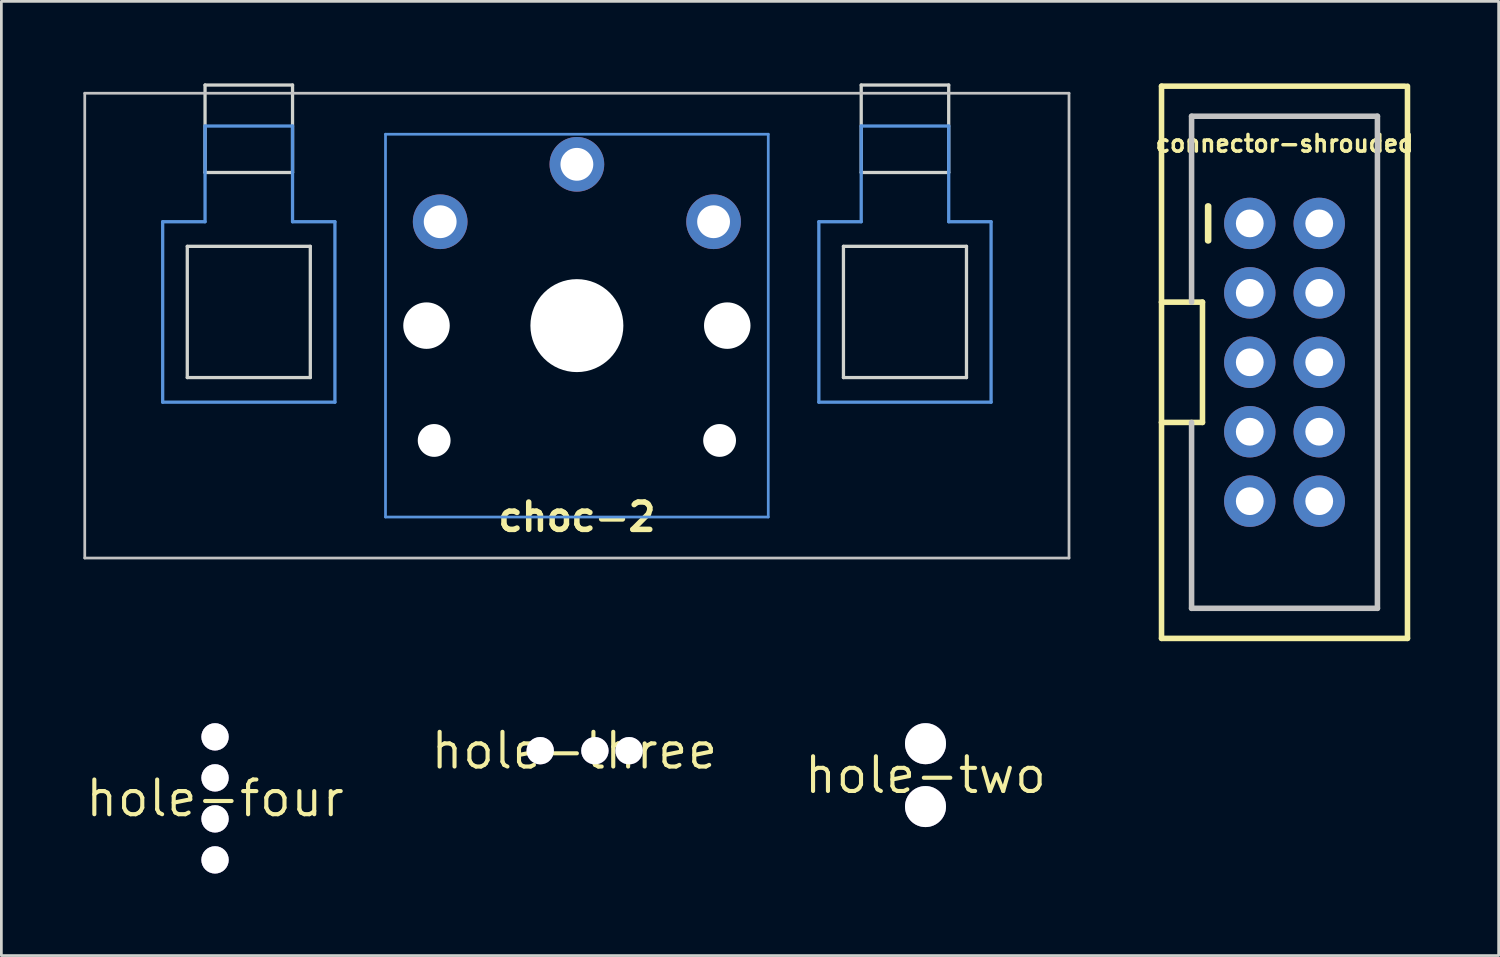
<source format=kicad_pcb>
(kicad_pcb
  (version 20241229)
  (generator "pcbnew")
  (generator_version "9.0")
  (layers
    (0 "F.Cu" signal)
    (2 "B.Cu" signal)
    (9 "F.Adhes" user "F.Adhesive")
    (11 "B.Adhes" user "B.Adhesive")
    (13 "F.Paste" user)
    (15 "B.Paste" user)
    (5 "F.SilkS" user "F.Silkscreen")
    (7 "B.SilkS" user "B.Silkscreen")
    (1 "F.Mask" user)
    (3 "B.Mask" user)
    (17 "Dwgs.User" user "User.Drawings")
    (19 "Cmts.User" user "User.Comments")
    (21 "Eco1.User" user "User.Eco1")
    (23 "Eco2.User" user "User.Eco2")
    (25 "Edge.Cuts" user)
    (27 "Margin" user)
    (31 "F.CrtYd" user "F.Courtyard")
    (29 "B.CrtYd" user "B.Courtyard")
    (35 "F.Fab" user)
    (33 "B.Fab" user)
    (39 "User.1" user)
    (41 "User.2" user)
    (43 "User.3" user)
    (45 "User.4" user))
  (footprint "hole-four"
    (layer "F.Cu")
    (at 4.815 26.151)
    (property "Reference" "hole-four" (at 0 0 0) (layer "F.SilkS") (effects (font (size 1.27 1.27) (thickness 0.15))))
    (attr through_hole)
    (pad "" thru_hole circle (at 0 -2.25) (size 1 1) (drill 1) (layers "*.Cu" "*.Mask"))
    (pad "" thru_hole circle (at 0 -0.75) (size 1 1) (drill 1) (layers "*.Cu" "*.Mask"))
    (pad "" thru_hole circle (at 0 0.75) (size 1 1) (drill 1) (layers "*.Cu" "*.Mask"))
    (pad "" thru_hole circle (at 0 2.25) (size 1 1) (drill 1) (layers "*.Cu" "*.Mask")))
  (footprint "hole-three"
    (layer "F.Cu")
    (at 17.959 24.407)
    (property "Reference" "hole-three" (at 0 0 0) (layer "F.SilkS") (effects (font (size 1.27 1.27) (thickness 0.15))))
    (attr through_hole)
    (pad "" thru_hole circle (at -1.25 0) (size 1 1) (drill 1) (layers "*.Cu" "*.Mask"))
    (pad "" thru_hole circle (at 0.75 0) (size 1 1) (drill 1) (layers "*.Cu" "*.Mask"))
    (pad "" thru_hole circle (at 2 0) (size 1 1) (drill 1) (layers "*.Cu" "*.Mask")))
  (footprint "connector-shrouded"
    (layer "F.Cu")
    (at 43.932 10.201)
    (property "Reference" "connector-shrouded" (at 0 -8 0) (layer "F.SilkS") (effects (font (size 0.61 0.61) (thickness 0.127))))
    (attr through_hole)
    (fp_line (start -4.498 -10.099) (end 4.399 -10.099) (stroke (width 0.203) (type solid)) (layer "F.SilkS"))
    (fp_line (start -4.498 -2.2) (end -4.498 -10.099) (stroke (width 0.203) (type solid)) (layer "F.SilkS"))
    (fp_line (start -4.498 -2.2) (end -3 -2.2) (stroke (width 0.203) (type solid)) (layer "F.SilkS"))
    (fp_line (start -4.498 2.2) (end -4.498 -2.2) (stroke (width 0.203) (type solid)) (layer "F.SilkS"))
    (fp_line (start -4.498 10.099) (end -4.498 2.2) (stroke (width 0.203) (type solid)) (layer "F.SilkS"))
    (fp_line (start -3 -2.2) (end -3 2.2) (stroke (width 0.203) (type solid)) (layer "F.SilkS"))
    (fp_line (start -3 2.2) (end -4.498 2.2) (stroke (width 0.203) (type solid)) (layer "F.SilkS"))
    (fp_line (start -2.812 -5.715) (end -2.812 -4.445) (stroke (width 0.203) (type solid)) (layer "F.SilkS"))
    (fp_line (start -2.774 -5.715) (end -2.774 -4.445) (stroke (width 0.203) (type solid)) (layer "F.SilkS"))
    (fp_line (start 4.498 -10.099) (end 4.498 10.099) (stroke (width 0.203) (type solid)) (layer "F.SilkS"))
    (fp_line (start 4.498 10.099) (end -4.498 10.099) (stroke (width 0.203) (type solid)) (layer "F.SilkS"))
    (fp_line (start -3.399 -8.999) (end -3.399 -2.2) (stroke (width 0.203) (type solid)) (layer "Dwgs.User"))
    (fp_line (start -3.399 -8.999) (end 3.399 -8.999) (stroke (width 0.203) (type solid)) (layer "Dwgs.User"))
    (fp_line (start -3.399 8.999) (end -3.399 2.2) (stroke (width 0.203) (type solid)) (layer "Dwgs.User"))
    (fp_line (start -3.399 8.999) (end 3.399 8.999) (stroke (width 0.203) (type solid)) (layer "Dwgs.User"))
    (fp_line (start -1.524 -5.334) (end -1.016 -5.334) (stroke (width 0.066) (type solid)) (layer "Dwgs.User"))
    (fp_line (start -1.524 -4.826) (end -1.524 -5.334) (stroke (width 0.066) (type solid)) (layer "Dwgs.User"))
    (fp_line (start -1.524 -4.826) (end -1.016 -4.826) (stroke (width 0.066) (type solid)) (layer "Dwgs.User"))
    (fp_line (start -1.524 -2.794) (end -1.016 -2.794) (stroke (width 0.066) (type solid)) (layer "Dwgs.User"))
    (fp_line (start -1.524 -2.286) (end -1.524 -2.794) (stroke (width 0.066) (type solid)) (layer "Dwgs.User"))
    (fp_line (start -1.524 -2.286) (end -1.016 -2.286) (stroke (width 0.066) (type solid)) (layer "Dwgs.User"))
    (fp_line (start -1.524 -0.254) (end -1.016 -0.254) (stroke (width 0.066) (type solid)) (layer "Dwgs.User"))
    (fp_line (start -1.524 0.254) (end -1.524 -0.254) (stroke (width 0.066) (type solid)) (layer "Dwgs.User"))
    (fp_line (start -1.524 0.254) (end -1.016 0.254) (stroke (width 0.066) (type solid)) (layer "Dwgs.User"))
    (fp_line (start -1.524 2.286) (end -1.016 2.286) (stroke (width 0.066) (type solid)) (layer "Dwgs.User"))
    (fp_line (start -1.524 2.286) (end -1.016 2.286) (stroke (width 0.066) (type solid)) (layer "Dwgs.User"))
    (fp_line (start -1.524 2.794) (end -1.524 2.286) (stroke (width 0.066) (type solid)) (layer "Dwgs.User"))
    (fp_line (start -1.524 2.794) (end -1.524 2.286) (stroke (width 0.066) (type solid)) (layer "Dwgs.User"))
    (fp_line (start -1.524 2.794) (end -1.016 2.794) (stroke (width 0.066) (type solid)) (layer "Dwgs.User"))
    (fp_line (start -1.524 2.794) (end -1.016 2.794) (stroke (width 0.066) (type solid)) (layer "Dwgs.User"))
    (fp_line (start -1.524 4.826) (end -1.016 4.826) (stroke (width 0.066) (type solid)) (layer "Dwgs.User"))
    (fp_line (start -1.524 5.334) (end -1.524 4.826) (stroke (width 0.066) (type solid)) (layer "Dwgs.User"))
    (fp_line (start -1.524 5.334) (end -1.016 5.334) (stroke (width 0.066) (type solid)) (layer "Dwgs.User"))
    (fp_line (start -1.016 -4.826) (end -1.016 -5.334) (stroke (width 0.066) (type solid)) (layer "Dwgs.User"))
    (fp_line (start -1.016 -2.286) (end -1.016 -2.794) (stroke (width 0.066) (type solid)) (layer "Dwgs.User"))
    (fp_line (start -1.016 0.254) (end -1.016 -0.254) (stroke (width 0.066) (type solid)) (layer "Dwgs.User"))
    (fp_line (start -1.016 2.794) (end -1.016 2.286) (stroke (width 0.066) (type solid)) (layer "Dwgs.User"))
    (fp_line (start -1.016 2.794) (end -1.016 2.286) (stroke (width 0.066) (type solid)) (layer "Dwgs.User"))
    (fp_line (start -1.016 5.334) (end -1.016 4.826) (stroke (width 0.066) (type solid)) (layer "Dwgs.User"))
    (fp_line (start 1.016 -5.334) (end 1.524 -5.334) (stroke (width 0.066) (type solid)) (layer "Dwgs.User"))
    (fp_line (start 1.016 -4.826) (end 1.016 -5.334) (stroke (width 0.066) (type solid)) (layer "Dwgs.User"))
    (fp_line (start 1.016 -4.826) (end 1.524 -4.826) (stroke (width 0.066) (type solid)) (layer "Dwgs.User"))
    (fp_line (start 1.016 -2.794) (end 1.524 -2.794) (stroke (width 0.066) (type solid)) (layer "Dwgs.User"))
    (fp_line (start 1.016 -2.286) (end 1.016 -2.794) (stroke (width 0.066) (type solid)) (layer "Dwgs.User"))
    (fp_line (start 1.016 -2.286) (end 1.524 -2.286) (stroke (width 0.066) (type solid)) (layer "Dwgs.User"))
    (fp_line (start 1.016 -0.254) (end 1.524 -0.254) (stroke (width 0.066) (type solid)) (layer "Dwgs.User"))
    (fp_line (start 1.016 0.254) (end 1.016 -0.254) (stroke (width 0.066) (type solid)) (layer "Dwgs.User"))
    (fp_line (start 1.016 0.254) (end 1.524 0.254) (stroke (width 0.066) (type solid)) (layer "Dwgs.User"))
    (fp_line (start 1.016 2.286) (end 1.524 2.286) (stroke (width 0.066) (type solid)) (layer "Dwgs.User"))
    (fp_line (start 1.016 2.286) (end 1.524 2.286) (stroke (width 0.066) (type solid)) (layer "Dwgs.User"))
    (fp_line (start 1.016 2.794) (end 1.016 2.286) (stroke (width 0.066) (type solid)) (layer "Dwgs.User"))
    (fp_line (start 1.016 2.794) (end 1.016 2.286) (stroke (width 0.066) (type solid)) (layer "Dwgs.User"))
    (fp_line (start 1.016 2.794) (end 1.524 2.794) (stroke (width 0.066) (type solid)) (layer "Dwgs.User"))
    (fp_line (start 1.016 2.794) (end 1.524 2.794) (stroke (width 0.066) (type solid)) (layer "Dwgs.User"))
    (fp_line (start 1.016 4.826) (end 1.524 4.826) (stroke (width 0.066) (type solid)) (layer "Dwgs.User"))
    (fp_line (start 1.016 5.334) (end 1.016 4.826) (stroke (width 0.066) (type solid)) (layer "Dwgs.User"))
    (fp_line (start 1.016 5.334) (end 1.524 5.334) (stroke (width 0.066) (type solid)) (layer "Dwgs.User"))
    (fp_line (start 1.524 -4.826) (end 1.524 -5.334) (stroke (width 0.066) (type solid)) (layer "Dwgs.User"))
    (fp_line (start 1.524 -2.286) (end 1.524 -2.794) (stroke (width 0.066) (type solid)) (layer "Dwgs.User"))
    (fp_line (start 1.524 0.254) (end 1.524 -0.254) (stroke (width 0.066) (type solid)) (layer "Dwgs.User"))
    (fp_line (start 1.524 2.794) (end 1.524 2.286) (stroke (width 0.066) (type solid)) (layer "Dwgs.User"))
    (fp_line (start 1.524 2.794) (end 1.524 2.286) (stroke (width 0.066) (type solid)) (layer "Dwgs.User"))
    (fp_line (start 1.524 5.334) (end 1.524 4.826) (stroke (width 0.066) (type solid)) (layer "Dwgs.User"))
    (fp_line (start 3.399 -8.999) (end 3.399 8.999) (stroke (width 0.203) (type solid)) (layer "Dwgs.User"))
    (pad "1" thru_hole circle (at -1.27 -5.08) (size 1.88 1.88) (drill 1.016) (layers "*.Cu" "*.Mask"))
    (pad "2" thru_hole circle (at 1.27 -5.08) (size 1.88 1.88) (drill 1.016) (layers "*.Cu" "*.Mask"))
    (pad "3" thru_hole circle (at -1.27 -2.54) (size 1.88 1.88) (drill 1.016) (layers "*.Cu" "*.Mask"))
    (pad "4" thru_hole circle (at 1.27 -2.54) (size 1.88 1.88) (drill 1.016) (layers "*.Cu" "*.Mask"))
    (pad "5" thru_hole circle (at -1.27 0) (size 1.88 1.88) (drill 1.016) (layers "*.Cu" "*.Mask"))
    (pad "6" thru_hole circle (at 1.27 0) (size 1.88 1.88) (drill 1.016) (layers "*.Cu" "*.Mask"))
    (pad "7" thru_hole circle (at -1.27 2.54) (size 1.88 1.88) (drill 1.016) (layers "*.Cu" "*.Mask"))
    (pad "8" thru_hole circle (at 1.27 2.54) (size 1.88 1.88) (drill 1.016) (layers "*.Cu" "*.Mask"))
    (pad "9" thru_hole circle (at -1.27 5.08) (size 1.88 1.88) (drill 1.016) (layers "*.Cu" "*.Mask"))
    (pad "10" thru_hole circle (at 1.27 5.08) (size 1.88 1.88) (drill 1.016) (layers "*.Cu" "*.Mask")))
  (footprint "hole-two"
    (layer "F.Cu")
    (at 30.801 25.301)
    (property "Reference" "hole-two" (at 0 0 0) (layer "F.SilkS") (effects (font (size 1.27 1.27) (thickness 0.15))))
    (attr through_hole)
    (pad "" thru_hole circle (at 0 -1.15) (size 1.5 1.5) (drill 1.5) (layers "*.Cu" "*.Mask"))
    (pad "" thru_hole circle (at 0 1.15) (size 1.5 1.5) (drill 1.5) (layers "*.Cu" "*.Mask")))
  (footprint "choc-2"
    (layer "F.Cu")
    (at 18.05 8.86)
    (property "Reference" "choc-2" (at 0 7 180) (layer "F.SilkS") (effects (font (size 1 1) (thickness 0.2))))
    (attr through_hole)
    (fp_line (start -18 -8.5) (end 18 -8.5) (stroke (width 0.1) (type solid)) (layer "Dwgs.User"))
    (fp_line (start -18 8.5) (end -18 -8.5) (stroke (width 0.1) (type solid)) (layer "Dwgs.User"))
    (fp_line (start 18 -8.5) (end 18 8.5) (stroke (width 0.1) (type solid)) (layer "Dwgs.User"))
    (fp_line (start 18 8.5) (end -18 8.5) (stroke (width 0.1) (type solid)) (layer "Dwgs.User"))
    (fp_line (start -15.15 -3.8) (end -13.6 -3.8) (stroke (width 0.12) (type solid)) (layer "Cmts.User"))
    (fp_line (start -15.15 2.8) (end -15.15 -3.8) (stroke (width 0.12) (type solid)) (layer "Cmts.User"))
    (fp_line (start -15.15 2.8) (end -8.85 2.8) (stroke (width 0.12) (type solid)) (layer "Cmts.User"))
    (fp_line (start -13.6 -7.3) (end -13.6 -3.8) (stroke (width 0.12) (type solid)) (layer "Cmts.User"))
    (fp_line (start -13.6 -7.3) (end -10.4 -7.3) (stroke (width 0.12) (type solid)) (layer "Cmts.User"))
    (fp_line (start -10.4 -7.3) (end -10.4 -3.8) (stroke (width 0.12) (type solid)) (layer "Cmts.User"))
    (fp_line (start -10.4 -3.8) (end -8.85 -3.8) (stroke (width 0.12) (type solid)) (layer "Cmts.User"))
    (fp_line (start -8.85 2.8) (end -8.85 -3.8) (stroke (width 0.12) (type solid)) (layer "Cmts.User"))
    (fp_line (start -7 -7) (end 7 -7) (stroke (width 0.1) (type solid)) (layer "Cmts.User"))
    (fp_line (start -7 7) (end -7 -7) (stroke (width 0.1) (type solid)) (layer "Cmts.User"))
    (fp_line (start 7 -7) (end 7 7) (stroke (width 0.1) (type solid)) (layer "Cmts.User"))
    (fp_line (start 7 7) (end -7 7) (stroke (width 0.1) (type solid)) (layer "Cmts.User"))
    (fp_line (start 8.85 -3.8) (end 10.4 -3.8) (stroke (width 0.12) (type solid)) (layer "Cmts.User"))
    (fp_line (start 8.85 2.8) (end 8.85 -3.8) (stroke (width 0.12) (type solid)) (layer "Cmts.User"))
    (fp_line (start 8.85 2.8) (end 15.15 2.8) (stroke (width 0.12) (type solid)) (layer "Cmts.User"))
    (fp_line (start 10.4 -7.3) (end 10.4 -3.8) (stroke (width 0.12) (type solid)) (layer "Cmts.User"))
    (fp_line (start 10.4 -7.3) (end 13.6 -7.3) (stroke (width 0.12) (type solid)) (layer "Cmts.User"))
    (fp_line (start 13.6 -7.3) (end 13.6 -3.8) (stroke (width 0.12) (type solid)) (layer "Cmts.User"))
    (fp_line (start 13.6 -3.8) (end 15.15 -3.8) (stroke (width 0.12) (type solid)) (layer "Cmts.User"))
    (fp_line (start 15.15 2.8) (end 15.15 -3.8) (stroke (width 0.12) (type solid)) (layer "Cmts.User"))
    (fp_line (start -14.25 -2.9) (end -14.25 1.9) (stroke (width 0.12) (type solid)) (layer "Edge.Cuts"))
    (fp_line (start -14.25 -2.9) (end -9.75 -2.9) (stroke (width 0.12) (type solid)) (layer "Edge.Cuts"))
    (fp_line (start -14.25 1.9) (end -9.75 1.9) (stroke (width 0.12) (type solid)) (layer "Edge.Cuts"))
    (fp_line (start -13.6 -8.8) (end -13.6 -5.6) (stroke (width 0.12) (type solid)) (layer "Edge.Cuts"))
    (fp_line (start -13.6 -8.8) (end -10.4 -8.8) (stroke (width 0.12) (type solid)) (layer "Edge.Cuts"))
    (fp_line (start -13.6 -5.6) (end -10.4 -5.6) (stroke (width 0.12) (type solid)) (layer "Edge.Cuts"))
    (fp_line (start -10.4 -5.6) (end -10.4 -8.8) (stroke (width 0.12) (type solid)) (layer "Edge.Cuts"))
    (fp_line (start -9.75 1.9) (end -9.75 -2.9) (stroke (width 0.12) (type solid)) (layer "Edge.Cuts"))
    (fp_line (start 9.75 -2.9) (end 9.75 1.9) (stroke (width 0.12) (type solid)) (layer "Edge.Cuts"))
    (fp_line (start 9.75 -2.9) (end 14.25 -2.9) (stroke (width 0.12) (type solid)) (layer "Edge.Cuts"))
    (fp_line (start 9.75 1.9) (end 14.25 1.9) (stroke (width 0.12) (type solid)) (layer "Edge.Cuts"))
    (fp_line (start 10.4 -8.8) (end 10.4 -5.6) (stroke (width 0.12) (type solid)) (layer "Edge.Cuts"))
    (fp_line (start 10.4 -8.8) (end 13.6 -8.8) (stroke (width 0.12) (type solid)) (layer "Edge.Cuts"))
    (fp_line (start 10.4 -5.6) (end 13.6 -5.6) (stroke (width 0.12) (type solid)) (layer "Edge.Cuts"))
    (fp_line (start 13.6 -5.6) (end 13.6 -8.8) (stroke (width 0.12) (type solid)) (layer "Edge.Cuts"))
    (fp_line (start 14.25 1.9) (end 14.25 -2.9) (stroke (width 0.12) (type solid)) (layer "Edge.Cuts"))
    (pad "" np_thru_hole circle (at -5.5 0) (size 1.7 1.7) (drill 1.7) (layers "*.Cu" "*.Mask"))
    (pad "" np_thru_hole circle (at -5.22 4.2) (size 1.2 1.2) (drill 1.2) (layers "*.Cu" "*.Mask"))
    (pad "" np_thru_hole circle (at 0 0) (size 3.4 3.4) (drill 3.4) (layers "*.Cu" "*.Mask"))
    (pad "" np_thru_hole circle (at 5.22 4.2) (size 1.2 1.2) (drill 1.2) (layers "*.Cu" "*.Mask"))
    (pad "" np_thru_hole circle (at 5.5 0) (size 1.7 1.7) (drill 1.7) (layers "*.Cu" "*.Mask"))
    (pad "1" thru_hole circle (at 0 -5.9) (size 2 2) (drill 1.2) (layers "*.Cu" "*.Mask"))
    (pad "2" thru_hole circle (at -5 -3.8) (size 2 2) (drill 1.2) (layers "*.Cu" "*.Mask"))
    (pad "2" thru_hole circle (at 5 -3.8) (size 2 2) (drill 1.2) (layers "*.Cu" "*.Mask")))
  (gr_rect
    (start -3 -3)
    (end 51.764 31.901)
    (stroke (width 0.1) (type default))
    (fill no)
    (layer "Edge.Cuts")))
</source>
